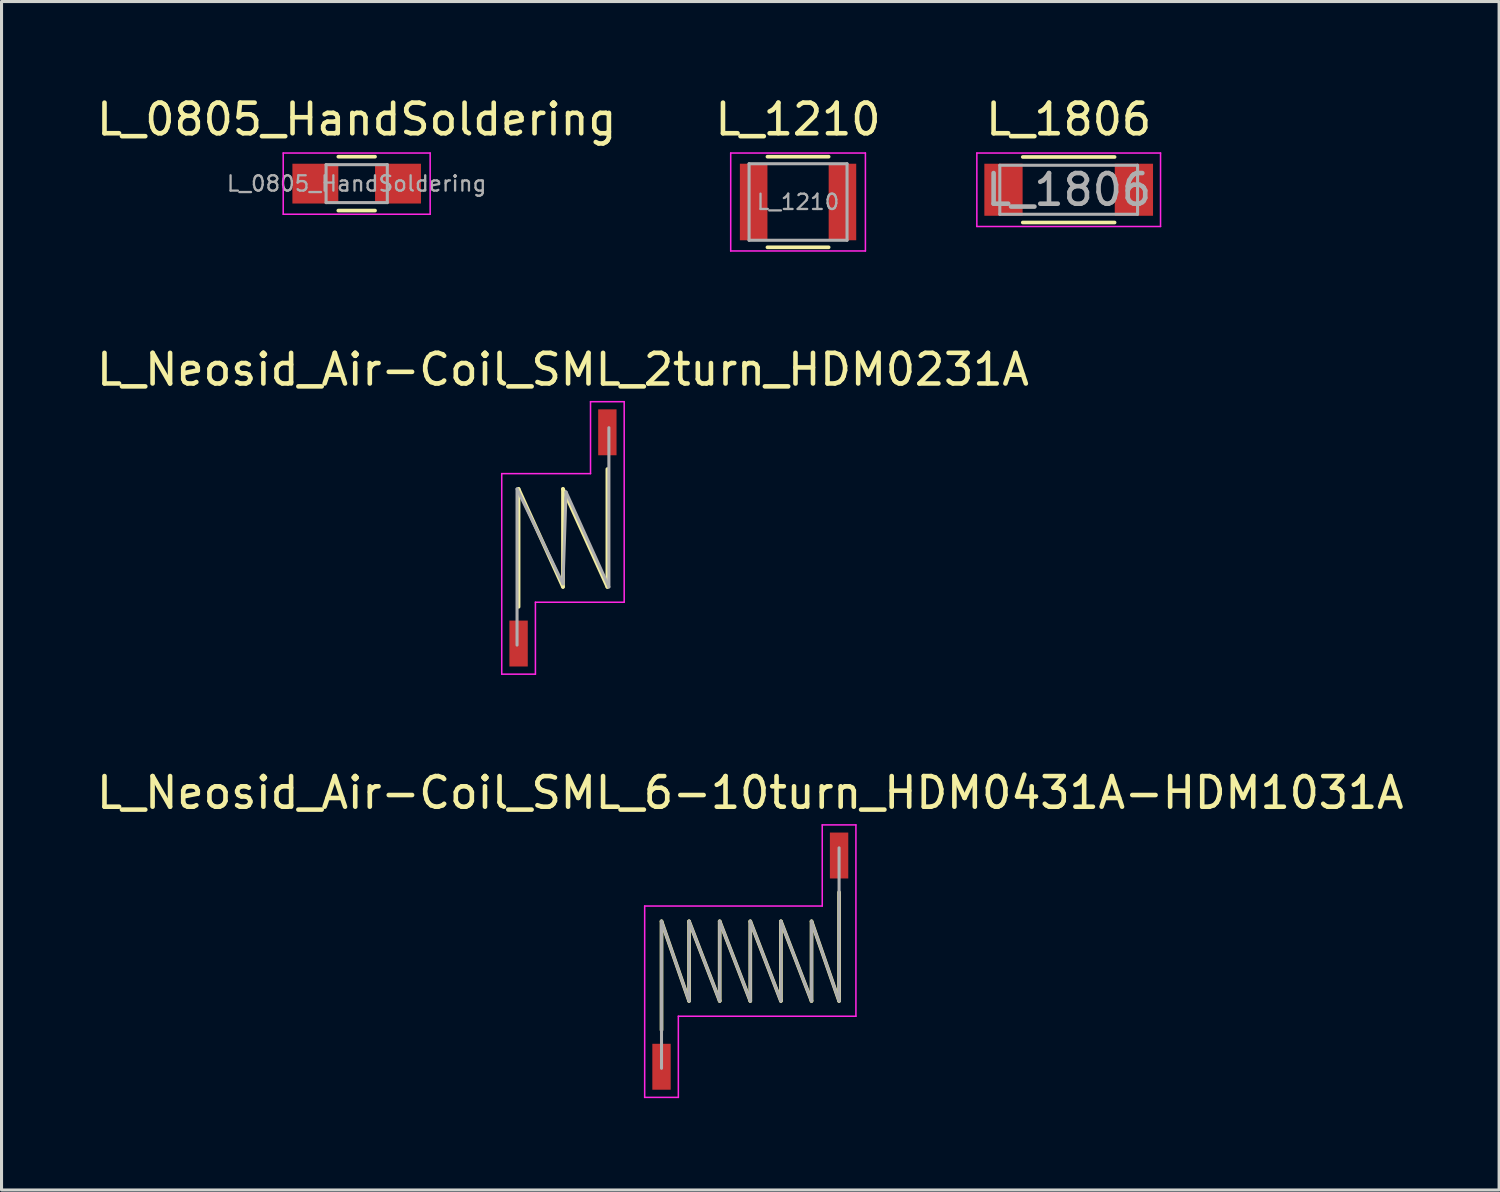
<source format=kicad_pcb>
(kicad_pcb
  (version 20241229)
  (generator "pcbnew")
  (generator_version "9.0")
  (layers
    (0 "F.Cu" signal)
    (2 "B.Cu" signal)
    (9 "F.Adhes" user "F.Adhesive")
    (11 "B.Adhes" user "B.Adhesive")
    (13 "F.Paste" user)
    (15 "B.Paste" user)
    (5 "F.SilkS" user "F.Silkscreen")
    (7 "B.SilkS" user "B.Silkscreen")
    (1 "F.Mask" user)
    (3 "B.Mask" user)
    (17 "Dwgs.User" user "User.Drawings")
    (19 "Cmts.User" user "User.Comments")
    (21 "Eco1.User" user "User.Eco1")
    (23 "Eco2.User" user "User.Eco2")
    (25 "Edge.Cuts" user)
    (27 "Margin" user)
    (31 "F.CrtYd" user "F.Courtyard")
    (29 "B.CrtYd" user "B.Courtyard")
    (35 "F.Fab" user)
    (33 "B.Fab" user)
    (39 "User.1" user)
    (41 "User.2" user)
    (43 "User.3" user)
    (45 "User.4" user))
  (footprint "L_Neosid_Air-Coil_SML_6-10turn_HDM0431A-HDM1031A"
    (layer "F.Cu")
    (at 21.458 28.345)
    (property "Reference" "L_Neosid_Air-Coil_SML_6-10turn_HDM0431A-HDM1031A" (at 0 -5.5 0) (layer "F.SilkS") (effects (font (size 1 1) (thickness 0.15))))
    (attr smd)
    (fp_line (start -2.9 -1.3) (end -2.9 2.25) (stroke (width 0.12) (type solid)) (layer "F.SilkS"))
    (fp_line (start -2.9 -1.3) (end -2 1.3) (stroke (width 0.12) (type solid)) (layer "F.SilkS"))
    (fp_line (start -2 -1.3) (end -2 1.3) (stroke (width 0.12) (type solid)) (layer "F.SilkS"))
    (fp_line (start -2 -1.3) (end -1 1.3) (stroke (width 0.12) (type solid)) (layer "F.SilkS"))
    (fp_line (start -1 -1.3) (end -1 1.3) (stroke (width 0.12) (type solid)) (layer "F.SilkS"))
    (fp_line (start -1 -1.3) (end 0 1.3) (stroke (width 0.12) (type solid)) (layer "F.SilkS"))
    (fp_line (start 0 -1.3) (end 0 1.3) (stroke (width 0.12) (type solid)) (layer "F.SilkS"))
    (fp_line (start 0 -1.3) (end 1 1.3) (stroke (width 0.12) (type solid)) (layer "F.SilkS"))
    (fp_line (start 1 -1.3) (end 1 1.3) (stroke (width 0.12) (type solid)) (layer "F.SilkS"))
    (fp_line (start 1 -1.3) (end 2 1.3) (stroke (width 0.12) (type solid)) (layer "F.SilkS"))
    (fp_line (start 2 -1.3) (end 2 1.3) (stroke (width 0.12) (type solid)) (layer "F.SilkS"))
    (fp_line (start 2 -1.3) (end 2.9 1.3) (stroke (width 0.12) (type solid)) (layer "F.SilkS"))
    (fp_line (start 2.9 1.3) (end 2.9 -2.25) (stroke (width 0.12) (type solid)) (layer "F.SilkS"))
    (fp_line (start -3.45 -1.8) (end -3.45 4.45) (stroke (width 0.05) (type solid)) (layer "F.CrtYd"))
    (fp_line (start -3.45 4.45) (end -2.35 4.45) (stroke (width 0.05) (type solid)) (layer "F.CrtYd"))
    (fp_line (start -2.35 1.8) (end 3.45 1.8) (stroke (width 0.05) (type solid)) (layer "F.CrtYd"))
    (fp_line (start -2.35 4.45) (end -2.35 1.8) (stroke (width 0.05) (type solid)) (layer "F.CrtYd"))
    (fp_line (start 2.35 -4.45) (end 2.35 -1.8) (stroke (width 0.05) (type solid)) (layer "F.CrtYd"))
    (fp_line (start 2.35 -1.8) (end -3.45 -1.8) (stroke (width 0.05) (type solid)) (layer "F.CrtYd"))
    (fp_line (start 3.45 -4.45) (end 2.35 -4.45) (stroke (width 0.05) (type solid)) (layer "F.CrtYd"))
    (fp_line (start 3.45 1.8) (end 3.45 -4.45) (stroke (width 0.05) (type solid)) (layer "F.CrtYd"))
    (fp_line (start -2.9 -1.3) (end -2 1.3) (stroke (width 0.1) (type solid)) (layer "F.Fab"))
    (fp_line (start -2.9 3.5) (end -2.9 -1.3) (stroke (width 0.1) (type solid)) (layer "F.Fab"))
    (fp_line (start -2 -1.3) (end -1 1.3) (stroke (width 0.1) (type solid)) (layer "F.Fab"))
    (fp_line (start -2 1.3) (end -2 -1.3) (stroke (width 0.1) (type solid)) (layer "F.Fab"))
    (fp_line (start -1 -1.3) (end 0 1.3) (stroke (width 0.1) (type solid)) (layer "F.Fab"))
    (fp_line (start -1 1.3) (end -1 -1.3) (stroke (width 0.1) (type solid)) (layer "F.Fab"))
    (fp_line (start 0 -1.3) (end 1 1.3) (stroke (width 0.1) (type solid)) (layer "F.Fab"))
    (fp_line (start 0 1.3) (end 0 -1.3) (stroke (width 0.1) (type solid)) (layer "F.Fab"))
    (fp_line (start 1 -1.3) (end 2 1.3) (stroke (width 0.1) (type solid)) (layer "F.Fab"))
    (fp_line (start 1 1.3) (end 1 -1.3) (stroke (width 0.1) (type solid)) (layer "F.Fab"))
    (fp_line (start 2 -1.3) (end 2.9 1.3) (stroke (width 0.1) (type solid)) (layer "F.Fab"))
    (fp_line (start 2 1.3) (end 2 -1.3) (stroke (width 0.1) (type solid)) (layer "F.Fab"))
    (fp_line (start 2.9 1.3) (end 2.9 -3.7) (stroke (width 0.1) (type solid)) (layer "F.Fab"))
    (pad "1" smd rect (at -2.9 3.45) (size 0.6 1.5) (layers "F.Cu" "F.Mask" "F.Paste"))
    (pad "2" smd rect (at 2.9 -3.45) (size 0.6 1.5) (layers "F.Cu" "F.Mask" "F.Paste")))
  (footprint "L_1806"
    (layer "F.Cu")
    (at 31.858 3.148)
    (property "Reference" "L_1806" (at 0 -2.3 0) (layer "F.SilkS") (effects (font (size 1 1) (thickness 0.15))))
    (attr smd)
    (fp_line (start -1.5 -1.07) (end 1.5 -1.07) (stroke (width 0.12) (type solid)) (layer "F.SilkS"))
    (fp_line (start 1.5 1.07) (end -1.5 1.07) (stroke (width 0.12) (type solid)) (layer "F.SilkS"))
    (fp_line (start -3 -1.2) (end -3 1.2) (stroke (width 0.05) (type solid)) (layer "F.CrtYd"))
    (fp_line (start -3 -1.2) (end 3 -1.2) (stroke (width 0.05) (type solid)) (layer "F.CrtYd"))
    (fp_line (start -3 1.2) (end 3 1.2) (stroke (width 0.05) (type solid)) (layer "F.CrtYd"))
    (fp_line (start 3 -1.2) (end 3 1.2) (stroke (width 0.05) (type solid)) (layer "F.CrtYd"))
    (fp_line (start -2.25 -0.8) (end 2.25 -0.8) (stroke (width 0.1) (type solid)) (layer "F.Fab"))
    (fp_line (start -2.25 0.8) (end -2.25 -0.8) (stroke (width 0.1) (type solid)) (layer "F.Fab"))
    (fp_line (start 2.25 -0.8) (end 2.25 0.8) (stroke (width 0.1) (type solid)) (layer "F.Fab"))
    (fp_line (start 2.25 0.8) (end -2.25 0.8) (stroke (width 0.1) (type solid)) (layer "F.Fab"))
    (fp_text user "${REFERENCE}" (at 0 0 0) (layer "F.Fab") (effects (font (size 1 1) (thickness 0.15))))
    (pad "1" smd rect (at -2.13 0) (size 1.25 1.7) (layers "F.Cu" "F.Mask" "F.Paste"))
    (pad "2" smd rect (at 2.13 0) (size 1.25 1.7) (layers "F.Cu" "F.Mask" "F.Paste")))
  (footprint "L_0805_HandSoldering"
    (layer "F.Cu")
    (at 8.601 2.948)
    (property "Reference" "L_0805_HandSoldering" (at 0 -2.1 0) (layer "F.SilkS") (effects (font (size 1 1) (thickness 0.15))))
    (attr smd)
    (fp_line (start -0.6 -0.88) (end 0.6 -0.88) (stroke (width 0.12) (type solid)) (layer "F.SilkS"))
    (fp_line (start 0.6 0.88) (end -0.6 0.88) (stroke (width 0.12) (type solid)) (layer "F.SilkS"))
    (fp_line (start -2.4 -1) (end -2.4 1) (stroke (width 0.05) (type solid)) (layer "F.CrtYd"))
    (fp_line (start -2.4 -1) (end 2.4 -1) (stroke (width 0.05) (type solid)) (layer "F.CrtYd"))
    (fp_line (start -2.4 1) (end 2.4 1) (stroke (width 0.05) (type solid)) (layer "F.CrtYd"))
    (fp_line (start 2.4 -1) (end 2.4 1) (stroke (width 0.05) (type solid)) (layer "F.CrtYd"))
    (fp_line (start -1 -0.62) (end 1 -0.62) (stroke (width 0.1) (type solid)) (layer "F.Fab"))
    (fp_line (start -1 0.62) (end -1 -0.62) (stroke (width 0.1) (type solid)) (layer "F.Fab"))
    (fp_line (start 1 -0.62) (end 1 0.62) (stroke (width 0.1) (type solid)) (layer "F.Fab"))
    (fp_line (start 1 0.62) (end -1 0.62) (stroke (width 0.1) (type solid)) (layer "F.Fab"))
    (fp_text user "${REFERENCE}" (at 0 0 0) (layer "F.Fab") (effects (font (size 0.5 0.5) (thickness 0.075))))
    (pad "1" smd rect (at -1.35 0) (size 1.5 1.3) (layers "F.Cu" "F.Mask" "F.Paste"))
    (pad "2" smd rect (at 1.35 0) (size 1.5 1.3) (layers "F.Cu" "F.Mask" "F.Paste")))
  (footprint "L_1210"
    (layer "F.Cu")
    (at 23.018 3.548)
    (property "Reference" "L_1210" (at 0 -2.7 0) (layer "F.SilkS") (effects (font (size 1 1) (thickness 0.15))))
    (attr smd)
    (fp_line (start -1 -1.48) (end 1 -1.48) (stroke (width 0.12) (type solid)) (layer "F.SilkS"))
    (fp_line (start 1 1.48) (end -1 1.48) (stroke (width 0.12) (type solid)) (layer "F.SilkS"))
    (fp_line (start -2.2 -1.6) (end -2.2 1.6) (stroke (width 0.05) (type solid)) (layer "F.CrtYd"))
    (fp_line (start -2.2 -1.6) (end 2.2 -1.6) (stroke (width 0.05) (type solid)) (layer "F.CrtYd"))
    (fp_line (start -2.2 1.6) (end 2.2 1.6) (stroke (width 0.05) (type solid)) (layer "F.CrtYd"))
    (fp_line (start 2.2 -1.6) (end 2.2 1.6) (stroke (width 0.05) (type solid)) (layer "F.CrtYd"))
    (fp_line (start -1.6 -1.25) (end 1.6 -1.25) (stroke (width 0.1) (type solid)) (layer "F.Fab"))
    (fp_line (start -1.6 1.25) (end -1.6 -1.25) (stroke (width 0.1) (type solid)) (layer "F.Fab"))
    (fp_line (start 1.6 -1.25) (end 1.6 1.25) (stroke (width 0.1) (type solid)) (layer "F.Fab"))
    (fp_line (start 1.6 1.25) (end -1.6 1.25) (stroke (width 0.1) (type solid)) (layer "F.Fab"))
    (fp_text user "${REFERENCE}" (at 0 0 0) (layer "F.Fab") (effects (font (size 0.5 0.5) (thickness 0.075))))
    (pad "1" smd rect (at -1.45 0) (size 0.9 2.5) (layers "F.Cu" "F.Mask" "F.Paste"))
    (pad "2" smd rect (at 1.45 0) (size 0.9 2.5) (layers "F.Cu" "F.Mask" "F.Paste")))
  (footprint "L_Neosid_Air-Coil_SML_2turn_HDM0231A"
    (layer "F.Cu")
    (at 15.339 14.521)
    (property "Reference" "L_Neosid_Air-Coil_SML_2turn_HDM0231A" (at 0 -5.5 0) (layer "F.SilkS") (effects (font (size 1 1) (thickness 0.15))))
    (attr smd)
    (fp_line (start -1.45 -1.6) (end -1.45 2.25) (stroke (width 0.12) (type solid)) (layer "F.SilkS"))
    (fp_line (start -1.45 -1.6) (end 0 1.6) (stroke (width 0.12) (type solid)) (layer "F.SilkS"))
    (fp_line (start 0 -1.6) (end 0 1.6) (stroke (width 0.12) (type solid)) (layer "F.SilkS"))
    (fp_line (start 0 -1.6) (end 1.45 1.6) (stroke (width 0.12) (type solid)) (layer "F.SilkS"))
    (fp_line (start 1.45 1.6) (end 1.45 -2.25) (stroke (width 0.12) (type solid)) (layer "F.SilkS"))
    (fp_line (start -2 -2.1) (end -2 4.45) (stroke (width 0.05) (type solid)) (layer "F.CrtYd"))
    (fp_line (start -2 4.45) (end -0.9 4.45) (stroke (width 0.05) (type solid)) (layer "F.CrtYd"))
    (fp_line (start -0.9 2.1) (end 2 2.1) (stroke (width 0.05) (type solid)) (layer "F.CrtYd"))
    (fp_line (start -0.9 4.45) (end -0.9 2.1) (stroke (width 0.05) (type solid)) (layer "F.CrtYd"))
    (fp_line (start 0.9 -4.45) (end 0.9 -2.1) (stroke (width 0.05) (type solid)) (layer "F.CrtYd"))
    (fp_line (start 0.9 -2.1) (end -2 -2.1) (stroke (width 0.05) (type solid)) (layer "F.CrtYd"))
    (fp_line (start 2 -4.45) (end 0.9 -4.45) (stroke (width 0.05) (type solid)) (layer "F.CrtYd"))
    (fp_line (start 2 2.1) (end 2 -4.45) (stroke (width 0.05) (type solid)) (layer "F.CrtYd"))
    (fp_line (start -1.5 -1.6) (end 0 1.5) (stroke (width 0.1) (type solid)) (layer "F.Fab"))
    (fp_line (start -1.5 3.5) (end -1.5 -1.6) (stroke (width 0.1) (type solid)) (layer "F.Fab"))
    (fp_line (start 0 1.5) (end 0.1 -1.5) (stroke (width 0.1) (type solid)) (layer "F.Fab"))
    (fp_line (start 0.1 -1.5) (end 1.5 1.6) (stroke (width 0.1) (type solid)) (layer "F.Fab"))
    (fp_line (start 1.5 1.6) (end 1.5 -3.6) (stroke (width 0.1) (type solid)) (layer "F.Fab"))
    (pad "1" smd rect (at -1.45 3.45) (size 0.6 1.5) (layers "F.Cu" "F.Mask" "F.Paste"))
    (pad "2" smd rect (at 1.45 -3.45) (size 0.6 1.5) (layers "F.Cu" "F.Mask" "F.Paste")))
  (gr_rect
    (start -3 -3)
    (end 45.917 35.82)
    (stroke (width 0.1) (type default))
    (fill no)
    (layer "Edge.Cuts")))
</source>
